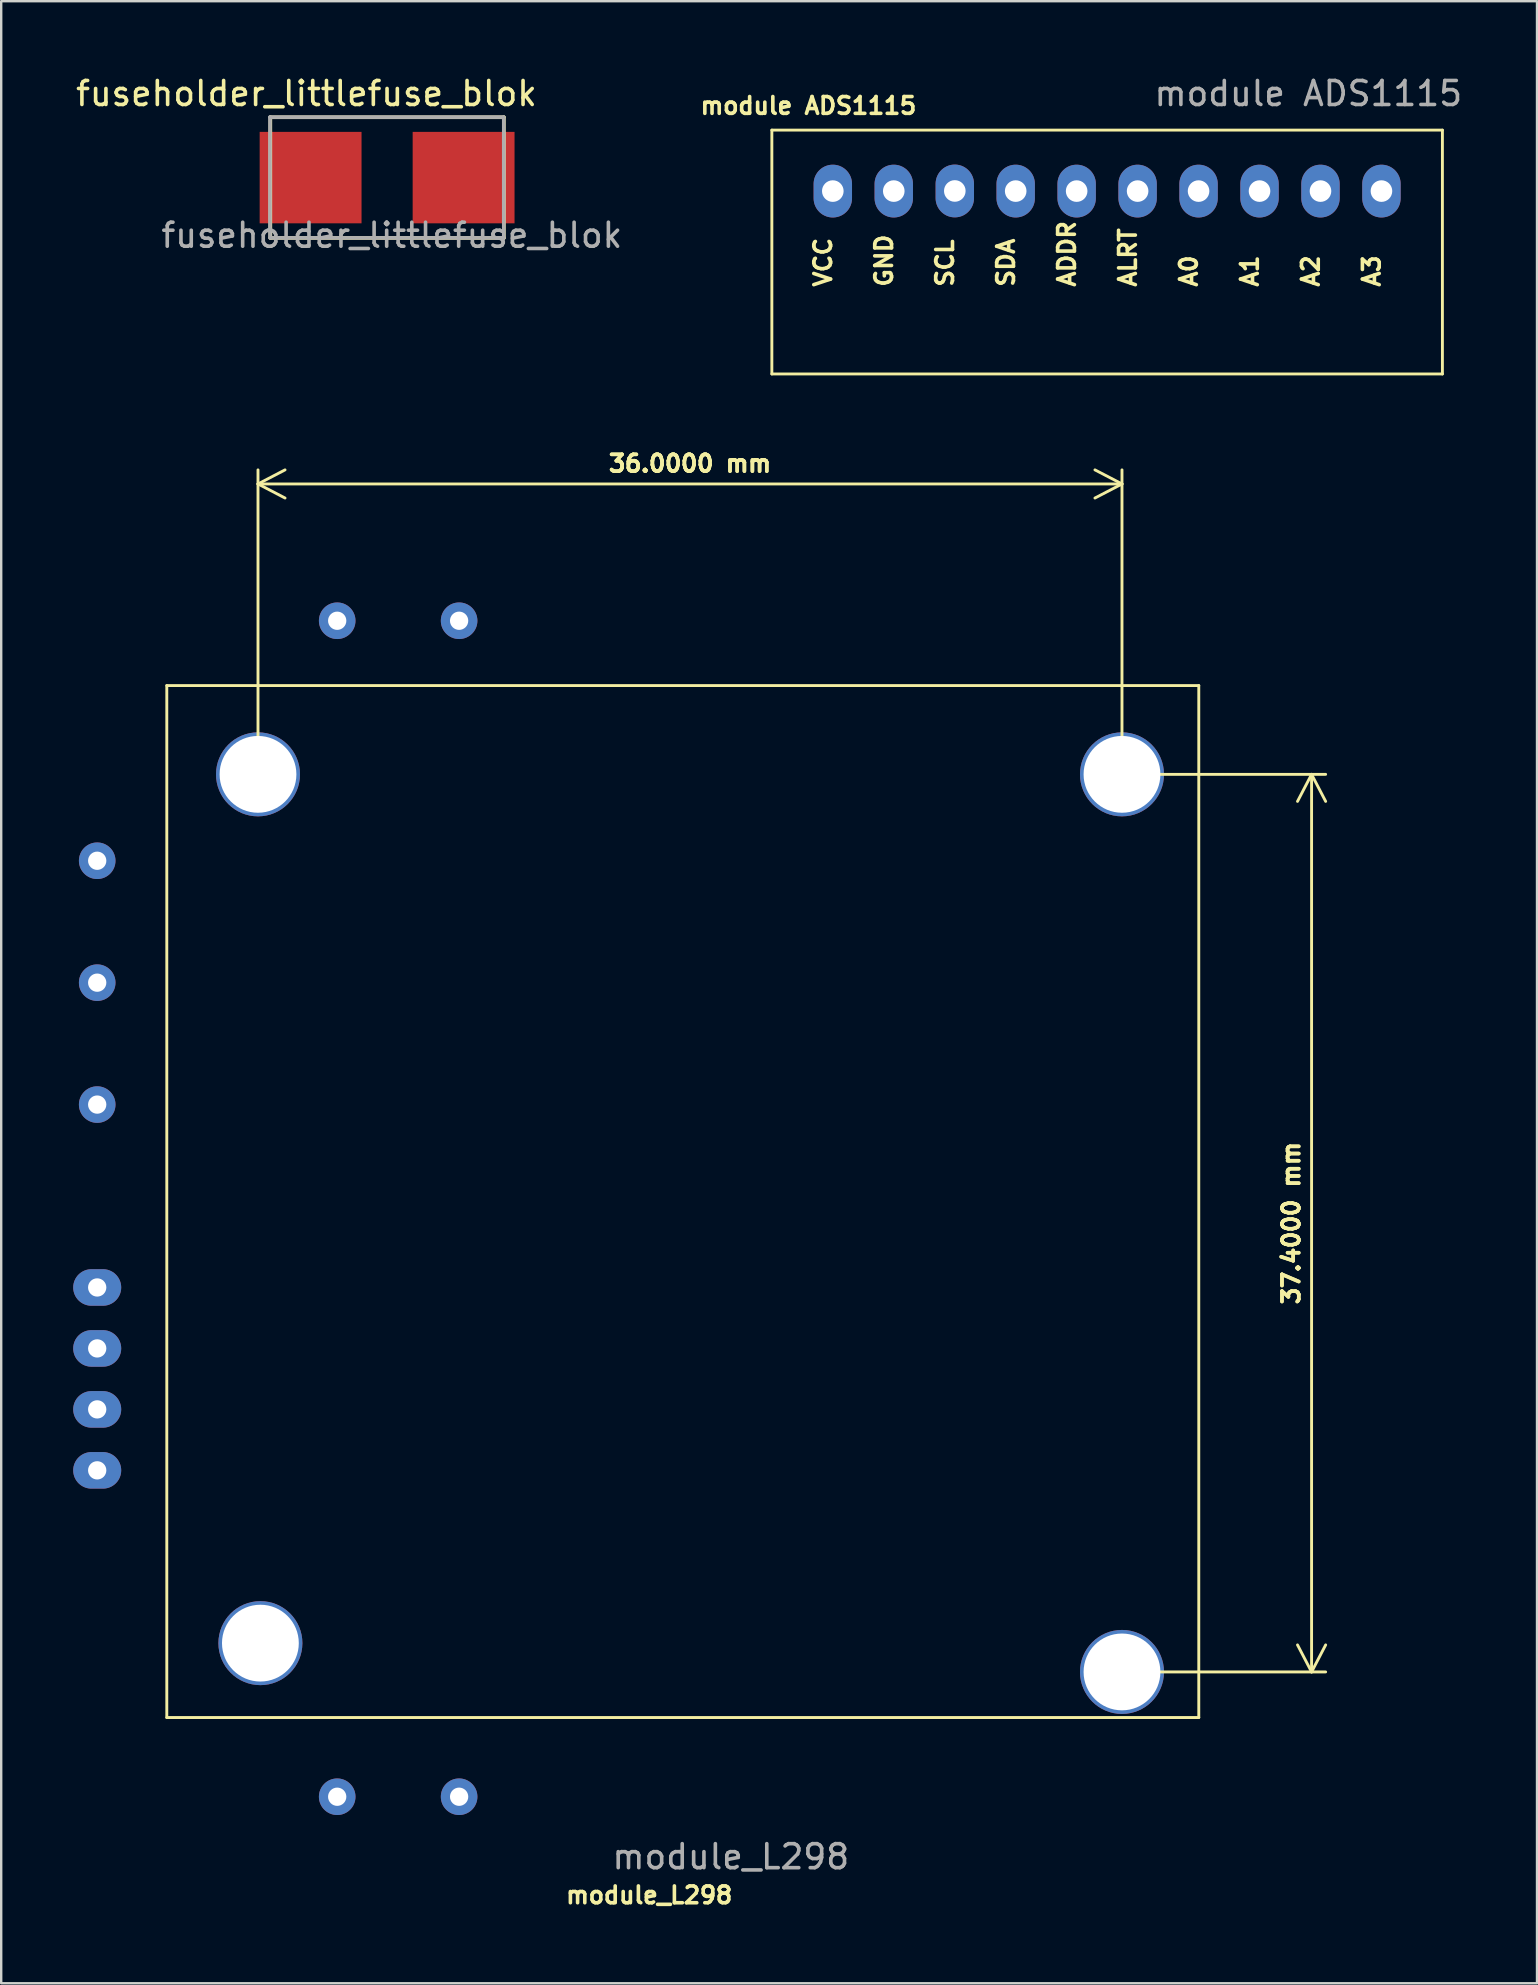
<source format=kicad_pcb>
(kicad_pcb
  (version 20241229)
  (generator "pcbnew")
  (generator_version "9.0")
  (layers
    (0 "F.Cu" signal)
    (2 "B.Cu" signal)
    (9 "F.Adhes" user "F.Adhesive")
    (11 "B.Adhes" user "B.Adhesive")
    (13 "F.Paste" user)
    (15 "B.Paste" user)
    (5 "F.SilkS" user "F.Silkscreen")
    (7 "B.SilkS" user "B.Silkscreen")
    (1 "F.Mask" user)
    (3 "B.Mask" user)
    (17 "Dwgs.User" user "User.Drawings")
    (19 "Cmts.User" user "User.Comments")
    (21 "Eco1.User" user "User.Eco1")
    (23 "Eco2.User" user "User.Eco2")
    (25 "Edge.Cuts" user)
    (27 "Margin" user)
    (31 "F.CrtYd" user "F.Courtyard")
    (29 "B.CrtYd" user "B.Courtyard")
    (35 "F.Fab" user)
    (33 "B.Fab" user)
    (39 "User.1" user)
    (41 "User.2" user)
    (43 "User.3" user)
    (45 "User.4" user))
  (footprint "module ADS1115"
    (layer "F.Cu")
    (at 31.651 4.912)
    (property "Reference" "module ADS1115" (at -1.016 -3.556 0) (unlocked yes) (layer "F.SilkS") (effects (font (size 0.7 0.7) (thickness 0.15))))
    (attr through_hole)
    (fp_line (start -2.54 -2.54) (end 25.4 -2.54) (stroke (width 0.12) (type default)) (layer "F.SilkS"))
    (fp_line (start -2.54 7.62) (end -2.54 -2.54) (stroke (width 0.12) (type default)) (layer "F.SilkS"))
    (fp_line (start 25.4 -2.54) (end 25.4 7.62) (stroke (width 0.12) (type default)) (layer "F.SilkS"))
    (fp_line (start 25.4 7.62) (end -2.54 7.62) (stroke (width 0.12) (type default)) (layer "F.SilkS"))
    (fp_text user "A3" (at 22.86 4.064 90) (unlocked yes) (layer "F.SilkS") (effects (font (size 0.7 0.7) (thickness 0.15) (bold yes)) (justify left bottom)))
    (fp_text user "SCL" (at 5.08 4.064 90) (unlocked yes) (layer "F.SilkS") (effects (font (size 0.7 0.7) (thickness 0.15) (bold yes)) (justify left bottom)))
    (fp_text user "ADDR" (at 10.16 4.064 90) (unlocked yes) (layer "F.SilkS") (effects (font (size 0.7 0.7) (thickness 0.15) (bold yes)) (justify left bottom)))
    (fp_text user "A0" (at 15.24 4.064 90) (unlocked yes) (layer "F.SilkS") (effects (font (size 0.7 0.7) (thickness 0.15) (bold yes)) (justify left bottom)))
    (fp_text user "VCC" (at 0 4.064 90) (unlocked yes) (layer "F.SilkS") (effects (font (size 0.7 0.7) (thickness 0.15) (bold yes)) (justify left bottom)))
    (fp_text user "GND" (at 2.54 4.064 90) (unlocked yes) (layer "F.SilkS") (effects (font (size 0.7 0.7) (thickness 0.15) (bold yes)) (justify left bottom)))
    (fp_text user "ALRT" (at 12.7 4.064 90) (unlocked yes) (layer "F.SilkS") (effects (font (size 0.7 0.7) (thickness 0.15) (bold yes)) (justify left bottom)))
    (fp_text user "SDA" (at 7.62 4.064 90) (unlocked yes) (layer "F.SilkS") (effects (font (size 0.7 0.7) (thickness 0.15) (bold yes)) (justify left bottom)))
    (fp_text user "A1" (at 17.78 4.064 90) (unlocked yes) (layer "F.SilkS") (effects (font (size 0.7 0.7) (thickness 0.15) (bold yes)) (justify left bottom)))
    (fp_text user "A2" (at 20.32 4.064 90) (unlocked yes) (layer "F.SilkS") (effects (font (size 0.7 0.7) (thickness 0.15) (bold yes)) (justify left bottom)))
    (fp_text user "${REFERENCE}" (at 19.812 -4.064 0) (unlocked yes) (layer "F.Fab") (effects (font (size 1 1) (thickness 0.15))))
    (pad "1" thru_hole oval (at 0 0) (size 1.6 2.2) (drill 0.9) (layers "*.Cu" "*.Mask"))
    (pad "2" thru_hole oval (at 2.54 0) (size 1.6 2.2) (drill 0.9) (layers "*.Cu" "*.Mask"))
    (pad "3" thru_hole oval (at 5.083 -0.005) (size 1.6 2.2) (drill 0.9) (layers "*.Cu" "*.Mask"))
    (pad "4" thru_hole oval (at 7.62 0) (size 1.6 2.2) (drill 0.9) (layers "*.Cu" "*.Mask"))
    (pad "5" thru_hole oval (at 10.16 0) (size 1.6 2.2) (drill 0.9) (layers "*.Cu" "*.Mask"))
    (pad "6" thru_hole oval (at 12.7 0) (size 1.6 2.2) (drill 0.9) (layers "*.Cu" "*.Mask"))
    (pad "7" thru_hole oval (at 15.24 0) (size 1.6 2.2) (drill 0.9) (layers "*.Cu" "*.Mask"))
    (pad "8" thru_hole oval (at 17.78 0) (size 1.6 2.2) (drill 0.9) (layers "*.Cu" "*.Mask"))
    (pad "9" thru_hole oval (at 20.32 0) (size 1.6 2.2) (drill 0.9) (layers "*.Cu" "*.Mask"))
    (pad "10" thru_hole oval (at 22.86 0) (size 1.6 2.2) (drill 0.9) (layers "*.Cu" "*.Mask")))
  (footprint "module_L298"
    (layer "F.Cu")
    (at 1 32.815)
    (property "Reference" "module_L298" (at 23 43.1 0) (unlocked yes) (layer "F.SilkS") (effects (font (size 0.7 0.7) (thickness 0.15))))
    (attr through_hole)
    (fp_line (start 2.9 -7.3) (end 2.9 35.7) (stroke (width 0.12) (type default)) (layer "F.SilkS"))
    (fp_line (start 2.9 35.7) (end 45.9 35.7) (stroke (width 0.12) (type default)) (layer "F.SilkS"))
    (fp_line (start 45.9 -7.3) (end 2.9 -7.3) (stroke (width 0.12) (type default)) (layer "F.SilkS"))
    (fp_line (start 45.9 35.7) (end 45.9 -7.3) (stroke (width 0.12) (type default)) (layer "F.SilkS"))
    (fp_text user "${REFERENCE}" (at 26.4 41.5 0) (unlocked yes) (layer "F.Fab") (effects (font (size 1 1) (thickness 0.15))))
    (dimension (type aligned) (layer "F.SilkS") (pts (xy 43.7 29.215) (xy 43.7 66.615)) (height -7.9) (format (prefix "") (suffix "") (units 3) (units_format 1) (precision 4)) (style (thickness 0.12) (arrow_length 1.27) (text_position_mode 0) (arrow_direction outward) (extension_height 0.586) (extension_offset 0.5) (keep_text_aligned yes)) (gr_text "37.4000 mm" (at 50.75 47.915 90) (layer "F.SilkS") (effects (font (size 0.7 0.7) (thickness 0.15)))))
    (dimension (type aligned) (layer "F.SilkS") (pts (xy 43.7 29.215) (xy 7.7 29.215)) (height 12.1) (format (prefix "") (suffix "") (units 3) (units_format 1) (precision 4)) (style (thickness 0.12) (arrow_length 1.27) (text_position_mode 0) (arrow_direction outward) (extension_height 0.586) (extension_offset 0.5) (keep_text_aligned yes)) (gr_text "36.0000 mm" (at 25.7 16.265 0) (layer "F.SilkS") (effects (font (size 0.7 0.7) (thickness 0.15)))))
    (pad "1" thru_hole circle (at 0 0) (size 1.524 1.524) (drill 0.762) (layers "*.Cu" "*.Mask"))
    (pad "2" thru_hole circle (at 0 5.08) (size 1.524 1.524) (drill 0.762) (layers "*.Cu" "*.Mask"))
    (pad "3" thru_hole circle (at 0 10.16) (size 1.524 1.524) (drill 0.762) (layers "*.Cu" "*.Mask"))
    (pad "3" thru_hole circle (at 10 -10) (size 1.524 1.524) (drill 0.762) (layers "*.Cu" "*.Mask"))
    (pad "3" thru_hole circle (at 10 39) (size 1.524 1.524) (drill 0.762) (layers "*.Cu" "*.Mask"))
    (pad "3" thru_hole circle (at 15.08 -10) (size 1.524 1.524) (drill 0.762) (layers "*.Cu" "*.Mask"))
    (pad "3" thru_hole circle (at 15.08 39) (size 1.524 1.524) (drill 0.762) (layers "*.Cu" "*.Mask"))
    (pad "4" thru_hole oval (at 0 17.78) (size 2 1.524) (drill 0.762) (layers "*.Cu" "*.Mask"))
    (pad "5" thru_hole oval (at 0 20.32) (size 2 1.524) (drill 0.762) (layers "*.Cu" "*.Mask"))
    (pad "6" thru_hole oval (at 0 22.86) (size 2 1.524) (drill 0.762) (layers "*.Cu" "*.Mask"))
    (pad "7" thru_hole oval (at 0 25.4) (size 2 1.524) (drill 0.762) (layers "*.Cu" "*.Mask"))
    (pad "F1" thru_hole circle (at 6.7 -3.6) (size 3.5 3.5) (drill 3.2) (layers "*.Cu" "*.Mask"))
    (pad "F1" thru_hole circle (at 6.8 32.6) (size 3.5 3.5) (drill 3.2) (layers "*.Cu" "*.Mask"))
    (pad "F1" thru_hole circle (at 42.7 -3.6) (size 3.5 3.5) (drill 3.2) (layers "*.Cu" "*.Mask"))
    (pad "F1" thru_hole circle (at 42.7 33.8) (size 3.5 3.5) (drill 3.2) (layers "*.Cu" "*.Mask")))
  (footprint "fuseholder_littlefuse_blok"
    (layer "F.Cu")
    (at 13.276 4.404)
    (property "Reference" "fuseholder_littlefuse_blok" (at -3.556 -3.556 0) (unlocked yes) (layer "F.SilkS") (effects (font (size 1 1) (thickness 0.15))))
    (attr smd)
    (fp_line (start -5.061 -2.569) (end 4.669 -2.569) (stroke (width 0.15) (type solid)) (layer "F.SilkS"))
    (fp_line (start -5.061 2.461) (end -5.061 -2.569) (stroke (width 0.15) (type solid)) (layer "F.SilkS"))
    (fp_line (start -5.061 2.461) (end 4.669 2.461) (stroke (width 0.15) (type solid)) (layer "F.SilkS"))
    (fp_line (start 4.669 2.461) (end 4.669 -2.569) (stroke (width 0.15) (type solid)) (layer "F.SilkS"))
    (fp_line (start -5.076 -2.574) (end 4.654 -2.574) (stroke (width 0.15) (type solid)) (layer "F.Fab"))
    (fp_line (start -5.076 2.456) (end -5.076 -2.574) (stroke (width 0.15) (type solid)) (layer "F.Fab"))
    (fp_line (start -5.066 2.456) (end 4.664 2.456) (stroke (width 0.15) (type solid)) (layer "F.Fab"))
    (fp_line (start 4.664 2.456) (end 4.664 -2.574) (stroke (width 0.15) (type solid)) (layer "F.Fab"))
    (fp_text user "${REFERENCE}" (at 0 2.35 0) (unlocked yes) (layer "F.Fab") (effects (font (size 1 1) (thickness 0.15))))
    (pad "1" smd rect (at -3.384 -0.054) (size 4.245 3.81) (layers "F.Cu" "F.Mask" "F.Paste"))
    (pad "2" smd rect (at 2.991 -0.054) (size 4.245 3.81) (layers "F.Cu" "F.Mask" "F.Paste")))
  (gr_rect
    (start -3 -3)
    (end 60.993 79.588)
    (stroke (width 0.1) (type default))
    (fill no)
    (layer "Edge.Cuts")))
</source>
